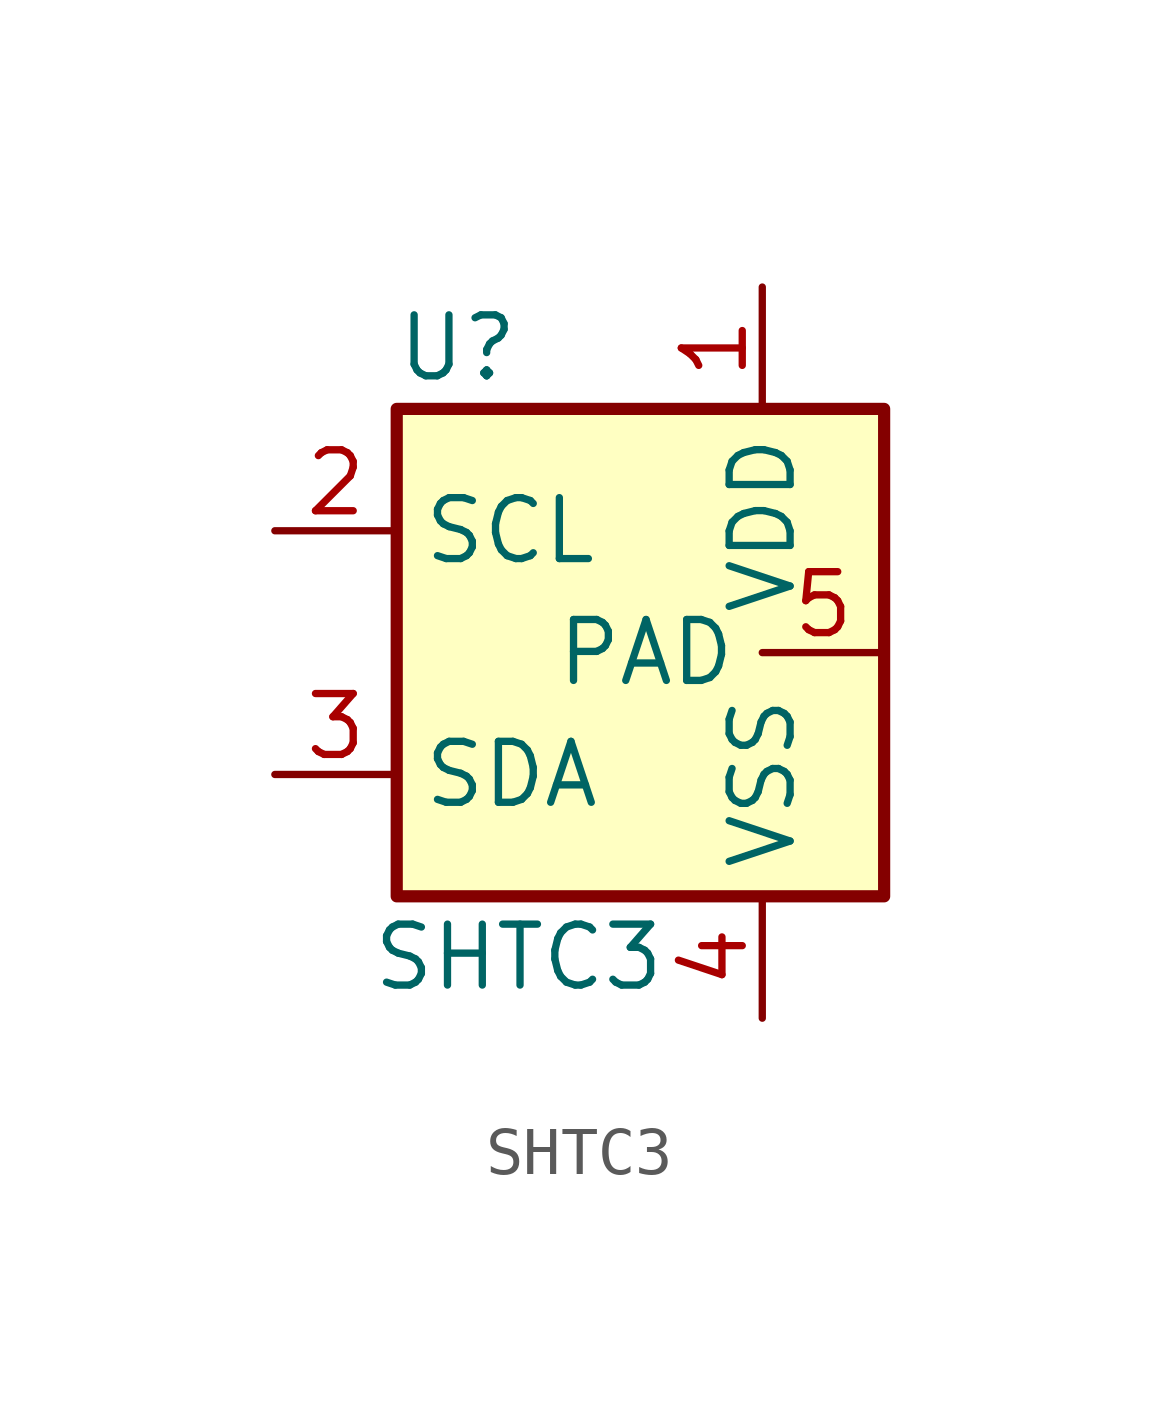
<source format=kicad_sym>
(kicad_symbol_lib
  (version 20211014)
  (generator kicad_symbol_editor)
  (symbol "SHTC3"
    (property "Reference" "U"
      (at -3.81 6.35 0)
      (effects (font (size 1.27 1.27))))
    (property "Value" "SHTC3"
      (at -2.54 -6.35 0)
      (effects (font (size 1.27 1.27))))
    (symbol "SHTC3_1_1"
      (rectangle (start -5.08 5.08) (end 5.08 -5.08) (stroke (width 0.254) (type default) (color 0 0 0 0)) (fill (type background)))
      (pin power_in line (at 2.54 7.62 270) (length 2.54) (name "VDD" (effects (font (size 1.27 1.27)))) (number "1" (effects (font (size 1.27 1.27)))))
      (pin input line (at -7.62 2.54 0) (length 2.54) (name "SCL" (effects (font (size 1.27 1.27)))) (number "2" (effects (font (size 1.27 1.27)))))
      (pin bidirectional line (at -7.62 -2.54 0) (length 2.54) (name "SDA" (effects (font (size 1.27 1.27)))) (number "3" (effects (font (size 1.27 1.27)))))
      (pin power_in line (at 2.54 -7.62 90) (length 2.54) (name "VSS" (effects (font (size 1.27 1.27)))) (number "4" (effects (font (size 1.27 1.27)))))
      (pin input line (at 5.08 0 180) (length 2.54) (name "PAD" (effects (font (size 1.27 1.27)))) (number "5" (effects (font (size 1.27 1.27))))))))
</source>
